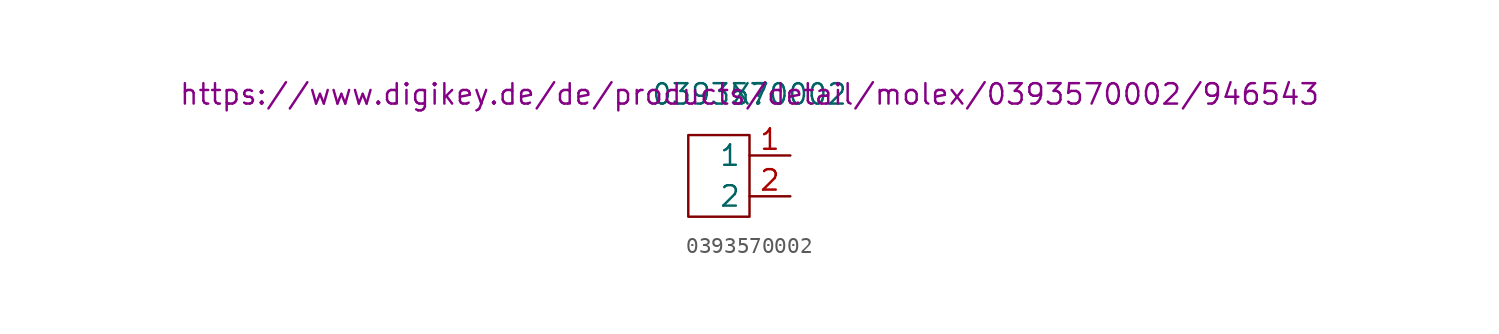
<source format=kicad_sym>
(kicad_symbol_lib
  (version 20211014)
  (generator kicad_symbol_editor)
  (symbol "0393570002"
    (property "Reference" "X"
      (at 0 0 0)
      (effects (font (size 1.27 1.27))))
    (property "Value" "0393570002"
      (at 0 0 0)
      (effects (font (size 1.27 1.27))))
    (property "Link" "https://www.digikey.de/de/products/detail/molex/0393570002/946543"
      (at 0 0 0)
      (effects (font (size 1.27 1.27))))
    (symbol "0393570002_0_1"
      (rectangle (start -3.81 -2.54) (end 0 -7.62) (stroke (width 0) (type default) (color 0 0 0 0)) (fill (type none))))
    (symbol "0393570002_1_1"
      (pin passive line (at 2.54 -3.81 180) (length 2.54) (name "1" (effects (font (size 1.27 1.27)))) (number "1" (effects (font (size 1.27 1.27)))))
      (pin passive line (at 2.54 -6.35 180) (length 2.54) (name "2" (effects (font (size 1.27 1.27)))) (number "2" (effects (font (size 1.27 1.27))))))))
</source>
